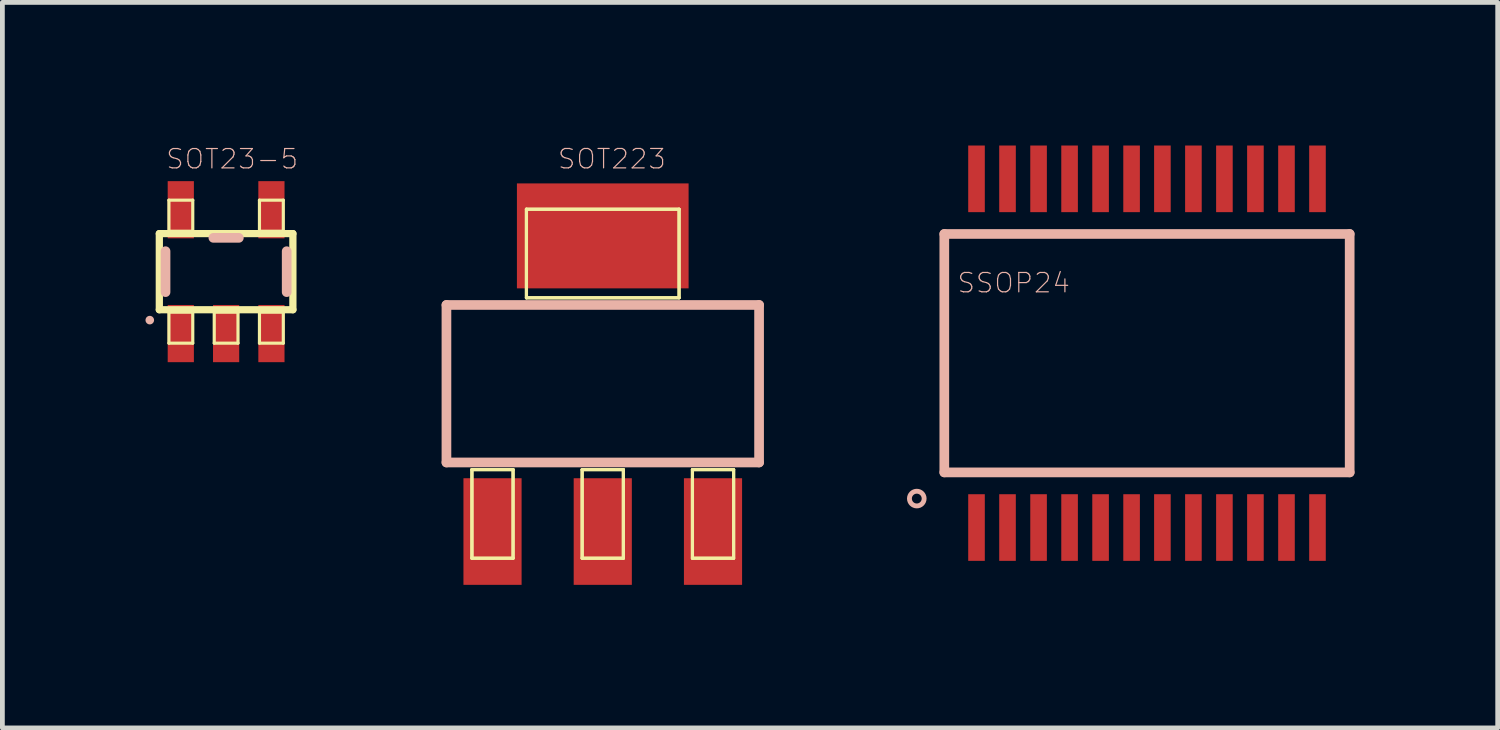
<source format=kicad_pcb>
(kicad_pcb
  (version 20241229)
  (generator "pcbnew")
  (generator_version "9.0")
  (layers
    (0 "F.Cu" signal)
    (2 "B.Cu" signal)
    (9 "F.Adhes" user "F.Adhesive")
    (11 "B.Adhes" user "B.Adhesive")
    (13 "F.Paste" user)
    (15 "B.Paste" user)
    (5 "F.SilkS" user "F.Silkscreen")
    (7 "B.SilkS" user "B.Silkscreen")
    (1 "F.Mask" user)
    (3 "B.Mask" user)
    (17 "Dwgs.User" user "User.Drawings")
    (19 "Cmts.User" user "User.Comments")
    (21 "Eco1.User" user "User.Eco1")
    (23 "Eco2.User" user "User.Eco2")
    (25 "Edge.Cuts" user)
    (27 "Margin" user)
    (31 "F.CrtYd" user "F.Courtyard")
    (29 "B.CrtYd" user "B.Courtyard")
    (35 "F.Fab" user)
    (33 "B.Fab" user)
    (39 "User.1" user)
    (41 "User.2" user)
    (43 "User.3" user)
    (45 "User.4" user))
  (footprint "SSOP24"
    (layer "F.Cu")
    (at 20.995 4.354)
    (property "Reference" "SSOP24" (at -2.794 -1.473 0) (layer "B.SilkS") (effects (font (size 0.406 0.406) (thickness 0.025))))
    (attr smd)
    (fp_line (start -4.249 -2.499) (end 4.249 -2.499) (stroke (width 0.203) (type solid)) (layer "B.SilkS"))
    (fp_line (start -4.249 2.499) (end -4.249 -2.499) (stroke (width 0.203) (type solid)) (layer "B.SilkS"))
    (fp_line (start 4.249 -2.499) (end 4.249 2.499) (stroke (width 0.203) (type solid)) (layer "B.SilkS"))
    (fp_line (start 4.249 2.499) (end -4.249 2.499) (stroke (width 0.203) (type solid)) (layer "B.SilkS"))
    (fp_circle (center -4.826 3.048) (end -4.935 3.157) (stroke (width 0.102) (type solid)) (fill no) (layer "B.SilkS"))
    (pad "1" smd rect (at -3.574 3.655) (size 0.348 1.397) (layers "F.Cu" "F.Mask" "F.Paste"))
    (pad "2" smd rect (at -2.924 3.655) (size 0.348 1.397) (layers "F.Cu" "F.Mask" "F.Paste"))
    (pad "3" smd rect (at -2.273 3.655) (size 0.348 1.397) (layers "F.Cu" "F.Mask" "F.Paste"))
    (pad "4" smd rect (at -1.623 3.655) (size 0.348 1.397) (layers "F.Cu" "F.Mask" "F.Paste"))
    (pad "5" smd rect (at -0.973 3.655) (size 0.348 1.397) (layers "F.Cu" "F.Mask" "F.Paste"))
    (pad "6" smd rect (at -0.323 3.655) (size 0.348 1.397) (layers "F.Cu" "F.Mask" "F.Paste"))
    (pad "7" smd rect (at 0.323 3.655) (size 0.348 1.397) (layers "F.Cu" "F.Mask" "F.Paste"))
    (pad "8" smd rect (at 0.973 3.655) (size 0.348 1.397) (layers "F.Cu" "F.Mask" "F.Paste"))
    (pad "9" smd rect (at 1.623 3.655) (size 0.348 1.397) (layers "F.Cu" "F.Mask" "F.Paste"))
    (pad "10" smd rect (at 2.273 3.655) (size 0.348 1.397) (layers "F.Cu" "F.Mask" "F.Paste"))
    (pad "11" smd rect (at 2.924 3.655) (size 0.348 1.397) (layers "F.Cu" "F.Mask" "F.Paste"))
    (pad "12" smd rect (at 3.574 3.655) (size 0.348 1.397) (layers "F.Cu" "F.Mask" "F.Paste"))
    (pad "13" smd rect (at 3.574 -3.655 180) (size 0.348 1.397) (layers "F.Cu" "F.Mask" "F.Paste"))
    (pad "14" smd rect (at 2.924 -3.655 180) (size 0.348 1.397) (layers "F.Cu" "F.Mask" "F.Paste"))
    (pad "15" smd rect (at 2.273 -3.655) (size 0.348 1.397) (layers "F.Cu" "F.Mask" "F.Paste"))
    (pad "16" smd rect (at 1.623 -3.655) (size 0.348 1.397) (layers "F.Cu" "F.Mask" "F.Paste"))
    (pad "17" smd rect (at 0.973 -3.655) (size 0.348 1.397) (layers "F.Cu" "F.Mask" "F.Paste"))
    (pad "18" smd rect (at 0.323 -3.655) (size 0.348 1.397) (layers "F.Cu" "F.Mask" "F.Paste"))
    (pad "19" smd rect (at -0.323 -3.655) (size 0.348 1.397) (layers "F.Cu" "F.Mask" "F.Paste"))
    (pad "20" smd rect (at -0.973 -3.655) (size 0.348 1.397) (layers "F.Cu" "F.Mask" "F.Paste"))
    (pad "21" smd rect (at -1.623 -3.655) (size 0.348 1.397) (layers "F.Cu" "F.Mask" "F.Paste"))
    (pad "22" smd rect (at -2.273 -3.655) (size 0.348 1.397) (layers "F.Cu" "F.Mask" "F.Paste"))
    (pad "23" smd rect (at -2.924 -3.655) (size 0.348 1.397) (layers "F.Cu" "F.Mask" "F.Paste"))
    (pad "24" smd rect (at -3.574 -3.655) (size 0.348 1.397) (layers "F.Cu" "F.Mask" "F.Paste")))
  (footprint "SOT23-5"
    (layer "F.Cu")
    (at 1.69 2.645)
    (property "Reference" "SOT23-5" (at 0.127 -2.362 0) (layer "B.SilkS") (effects (font (size 0.406 0.406) (thickness 0.025))))
    (attr smd)
    (fp_line (start -1.4 -0.798) (end -1.4 0.798) (stroke (width 0.152) (type solid)) (layer "F.SilkS"))
    (fp_line (start -1.4 -0.798) (end 1.4 -0.798) (stroke (width 0.152) (type solid)) (layer "F.SilkS"))
    (fp_line (start -1.199 -1.499) (end -0.699 -1.499) (stroke (width 0.066) (type solid)) (layer "F.SilkS"))
    (fp_line (start -1.199 -0.848) (end -1.199 -1.499) (stroke (width 0.066) (type solid)) (layer "F.SilkS"))
    (fp_line (start -1.199 -0.848) (end -0.699 -0.848) (stroke (width 0.066) (type solid)) (layer "F.SilkS"))
    (fp_line (start -1.199 0.848) (end -0.699 0.848) (stroke (width 0.066) (type solid)) (layer "F.SilkS"))
    (fp_line (start -1.199 1.499) (end -1.199 0.848) (stroke (width 0.066) (type solid)) (layer "F.SilkS"))
    (fp_line (start -1.199 1.499) (end -0.699 1.499) (stroke (width 0.066) (type solid)) (layer "F.SilkS"))
    (fp_line (start -0.699 -0.848) (end -0.699 -1.499) (stroke (width 0.066) (type solid)) (layer "F.SilkS"))
    (fp_line (start -0.699 1.499) (end -0.699 0.848) (stroke (width 0.066) (type solid)) (layer "F.SilkS"))
    (fp_line (start -0.249 0.848) (end 0.249 0.848) (stroke (width 0.066) (type solid)) (layer "F.SilkS"))
    (fp_line (start -0.249 1.499) (end -0.249 0.848) (stroke (width 0.066) (type solid)) (layer "F.SilkS"))
    (fp_line (start -0.249 1.499) (end 0.249 1.499) (stroke (width 0.066) (type solid)) (layer "F.SilkS"))
    (fp_line (start 0.249 1.499) (end 0.249 0.848) (stroke (width 0.066) (type solid)) (layer "F.SilkS"))
    (fp_line (start 0.699 -1.499) (end 1.199 -1.499) (stroke (width 0.066) (type solid)) (layer "F.SilkS"))
    (fp_line (start 0.699 -0.848) (end 0.699 -1.499) (stroke (width 0.066) (type solid)) (layer "F.SilkS"))
    (fp_line (start 0.699 -0.848) (end 1.199 -0.848) (stroke (width 0.066) (type solid)) (layer "F.SilkS"))
    (fp_line (start 0.699 0.848) (end 1.199 0.848) (stroke (width 0.066) (type solid)) (layer "F.SilkS"))
    (fp_line (start 0.699 1.499) (end 0.699 0.848) (stroke (width 0.066) (type solid)) (layer "F.SilkS"))
    (fp_line (start 0.699 1.499) (end 1.199 1.499) (stroke (width 0.066) (type solid)) (layer "F.SilkS"))
    (fp_line (start 1.199 -0.848) (end 1.199 -1.499) (stroke (width 0.066) (type solid)) (layer "F.SilkS"))
    (fp_line (start 1.199 1.499) (end 1.199 0.848) (stroke (width 0.066) (type solid)) (layer "F.SilkS"))
    (fp_line (start 1.4 -0.798) (end 1.4 0.798) (stroke (width 0.152) (type solid)) (layer "F.SilkS"))
    (fp_line (start 1.4 0.798) (end -1.4 0.798) (stroke (width 0.152) (type solid)) (layer "F.SilkS"))
    (fp_line (start -1.27 0.429) (end -1.27 -0.429) (stroke (width 0.203) (type solid)) (layer "B.SilkS"))
    (fp_line (start -0.267 -0.709) (end 0.267 -0.709) (stroke (width 0.203) (type solid)) (layer "B.SilkS"))
    (fp_line (start 1.27 -0.429) (end 1.27 0.429) (stroke (width 0.203) (type solid)) (layer "B.SilkS"))
    (fp_circle (center -1.6 1.016) (end -1.664 1.079) (stroke (width 0) (type solid)) (fill yes) (layer "B.SilkS"))
    (pad "1" smd rect (at -0.95 1.298) (size 0.549 1.199) (layers "F.Cu" "F.Mask" "F.Paste"))
    (pad "2" smd rect (at 0 1.298) (size 0.549 1.199) (layers "F.Cu" "F.Mask" "F.Paste"))
    (pad "3" smd rect (at 0.95 1.298) (size 0.549 1.199) (layers "F.Cu" "F.Mask" "F.Paste"))
    (pad "4" smd rect (at 0.95 -1.298) (size 0.549 1.199) (layers "F.Cu" "F.Mask" "F.Paste"))
    (pad "5" smd rect (at -0.95 -1.298) (size 0.549 1.199) (layers "F.Cu" "F.Mask" "F.Paste")))
  (footprint "SOT223"
    (layer "F.Cu")
    (at 9.586 4.994)
    (property "Reference" "SOT223" (at 0.191 -4.712 0) (layer "B.SilkS") (effects (font (size 0.406 0.406) (thickness 0.025))))
    (attr smd)
    (fp_line (start -2.743 1.801) (end -1.88 1.801) (stroke (width 0.066) (type solid)) (layer "F.SilkS"))
    (fp_line (start -2.743 1.801) (end -1.88 1.801) (stroke (width 0.066) (type solid)) (layer "F.SilkS"))
    (fp_line (start -2.743 3.658) (end -2.743 1.801) (stroke (width 0.066) (type solid)) (layer "F.SilkS"))
    (fp_line (start -2.743 3.658) (end -2.743 1.801) (stroke (width 0.066) (type solid)) (layer "F.SilkS"))
    (fp_line (start -2.743 3.658) (end -1.88 3.658) (stroke (width 0.066) (type solid)) (layer "F.SilkS"))
    (fp_line (start -2.743 3.658) (end -1.88 3.658) (stroke (width 0.066) (type solid)) (layer "F.SilkS"))
    (fp_line (start -1.88 3.658) (end -1.88 1.801) (stroke (width 0.066) (type solid)) (layer "F.SilkS"))
    (fp_line (start -1.88 3.658) (end -1.88 1.801) (stroke (width 0.066) (type solid)) (layer "F.SilkS"))
    (fp_line (start -1.6 -3.658) (end 1.6 -3.658) (stroke (width 0.066) (type solid)) (layer "F.SilkS"))
    (fp_line (start -1.6 -3.658) (end 1.6 -3.658) (stroke (width 0.066) (type solid)) (layer "F.SilkS"))
    (fp_line (start -1.6 -1.801) (end -1.6 -3.658) (stroke (width 0.066) (type solid)) (layer "F.SilkS"))
    (fp_line (start -1.6 -1.801) (end -1.6 -3.658) (stroke (width 0.066) (type solid)) (layer "F.SilkS"))
    (fp_line (start -1.6 -1.801) (end 1.6 -1.801) (stroke (width 0.066) (type solid)) (layer "F.SilkS"))
    (fp_line (start -1.6 -1.801) (end 1.6 -1.801) (stroke (width 0.066) (type solid)) (layer "F.SilkS"))
    (fp_line (start -0.432 1.801) (end 0.432 1.801) (stroke (width 0.066) (type solid)) (layer "F.SilkS"))
    (fp_line (start -0.432 1.801) (end 0.432 1.801) (stroke (width 0.066) (type solid)) (layer "F.SilkS"))
    (fp_line (start -0.432 3.658) (end -0.432 1.801) (stroke (width 0.066) (type solid)) (layer "F.SilkS"))
    (fp_line (start -0.432 3.658) (end -0.432 1.801) (stroke (width 0.066) (type solid)) (layer "F.SilkS"))
    (fp_line (start -0.432 3.658) (end 0.432 3.658) (stroke (width 0.066) (type solid)) (layer "F.SilkS"))
    (fp_line (start -0.432 3.658) (end 0.432 3.658) (stroke (width 0.066) (type solid)) (layer "F.SilkS"))
    (fp_line (start 0.432 3.658) (end 0.432 1.801) (stroke (width 0.066) (type solid)) (layer "F.SilkS"))
    (fp_line (start 0.432 3.658) (end 0.432 1.801) (stroke (width 0.066) (type solid)) (layer "F.SilkS"))
    (fp_line (start 1.6 -1.801) (end 1.6 -3.658) (stroke (width 0.066) (type solid)) (layer "F.SilkS"))
    (fp_line (start 1.6 -1.801) (end 1.6 -3.658) (stroke (width 0.066) (type solid)) (layer "F.SilkS"))
    (fp_line (start 1.88 1.801) (end 2.743 1.801) (stroke (width 0.066) (type solid)) (layer "F.SilkS"))
    (fp_line (start 1.88 1.801) (end 2.743 1.801) (stroke (width 0.066) (type solid)) (layer "F.SilkS"))
    (fp_line (start 1.88 3.658) (end 1.88 1.801) (stroke (width 0.066) (type solid)) (layer "F.SilkS"))
    (fp_line (start 1.88 3.658) (end 1.88 1.801) (stroke (width 0.066) (type solid)) (layer "F.SilkS"))
    (fp_line (start 1.88 3.658) (end 2.743 3.658) (stroke (width 0.066) (type solid)) (layer "F.SilkS"))
    (fp_line (start 1.88 3.658) (end 2.743 3.658) (stroke (width 0.066) (type solid)) (layer "F.SilkS"))
    (fp_line (start 2.743 3.658) (end 2.743 1.801) (stroke (width 0.066) (type solid)) (layer "F.SilkS"))
    (fp_line (start 2.743 3.658) (end 2.743 1.801) (stroke (width 0.066) (type solid)) (layer "F.SilkS"))
    (fp_line (start -3.277 -1.651) (end 3.277 -1.651) (stroke (width 0.203) (type solid)) (layer "B.SilkS"))
    (fp_line (start -3.277 1.651) (end -3.277 -1.651) (stroke (width 0.203) (type solid)) (layer "B.SilkS"))
    (fp_line (start 3.277 -1.651) (end 3.277 1.651) (stroke (width 0.203) (type solid)) (layer "B.SilkS"))
    (fp_line (start 3.277 1.651) (end -3.277 1.651) (stroke (width 0.203) (type solid)) (layer "B.SilkS"))
    (pad "1" smd rect (at -2.311 3.099) (size 1.219 2.235) (layers "F.Cu" "F.Mask" "F.Paste"))
    (pad "2" smd rect (at 0 3.099) (size 1.219 2.235) (layers "F.Cu" "F.Mask" "F.Paste"))
    (pad "3" smd rect (at 2.311 3.099) (size 1.219 2.235) (layers "F.Cu" "F.Mask" "F.Paste"))
    (pad "4" smd rect (at 0 -3.099) (size 3.599 2.2) (layers "F.Cu" "F.Mask" "F.Paste")))
  (gr_rect
    (start -3 -3)
    (end 28.347 12.21)
    (stroke (width 0.1) (type default))
    (fill no)
    (layer "Edge.Cuts")))
</source>
